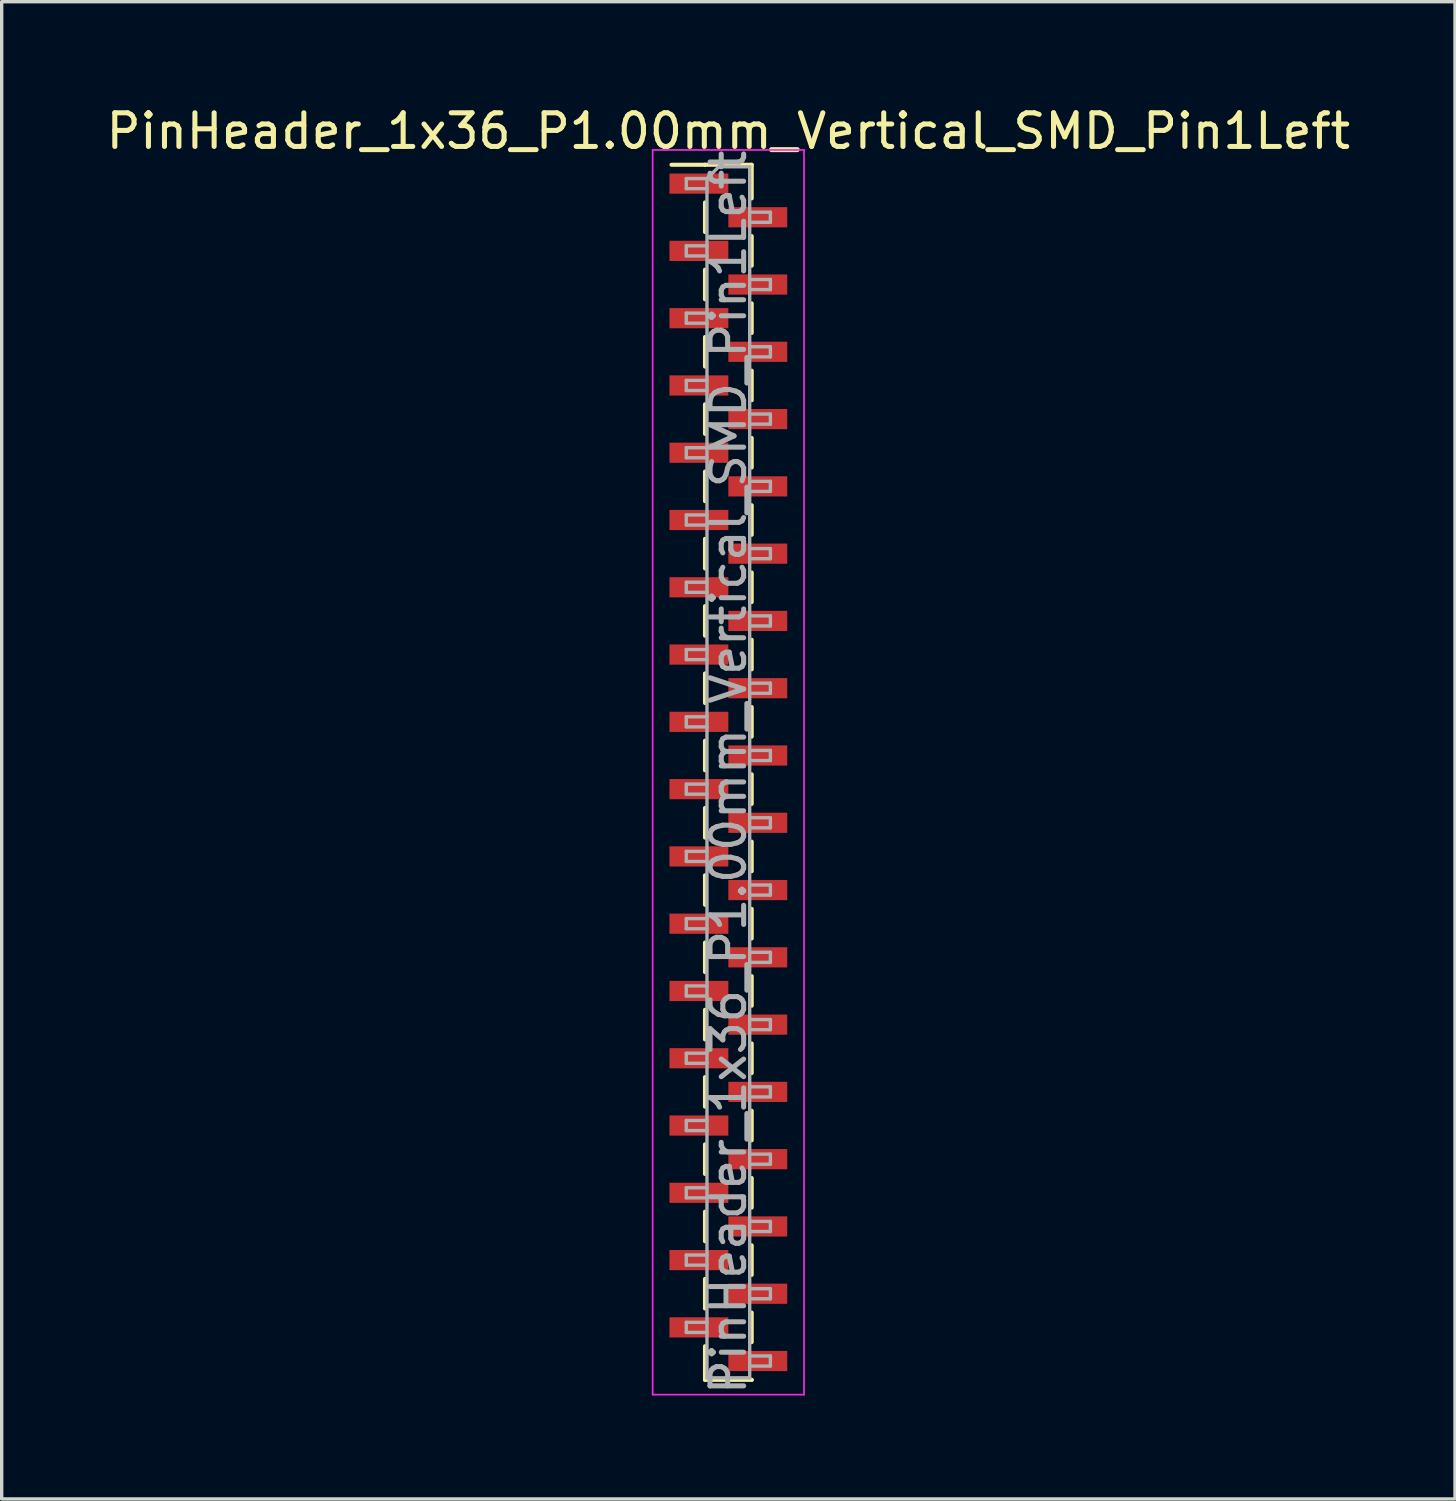
<source format=kicad_pcb>
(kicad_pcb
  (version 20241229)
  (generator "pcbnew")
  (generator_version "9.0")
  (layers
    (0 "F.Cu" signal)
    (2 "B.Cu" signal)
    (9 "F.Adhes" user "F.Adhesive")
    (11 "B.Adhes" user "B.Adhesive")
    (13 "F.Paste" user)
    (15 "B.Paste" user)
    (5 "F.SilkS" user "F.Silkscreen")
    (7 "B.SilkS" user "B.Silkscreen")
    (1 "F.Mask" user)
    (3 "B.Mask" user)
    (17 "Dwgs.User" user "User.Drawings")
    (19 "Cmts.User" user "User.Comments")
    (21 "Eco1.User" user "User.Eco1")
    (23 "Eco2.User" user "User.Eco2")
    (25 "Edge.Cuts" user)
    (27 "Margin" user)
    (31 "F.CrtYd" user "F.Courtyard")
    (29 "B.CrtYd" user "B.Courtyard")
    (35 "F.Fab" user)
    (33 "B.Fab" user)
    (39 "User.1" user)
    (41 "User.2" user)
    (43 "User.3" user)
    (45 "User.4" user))
  (footprint "PinHeader_1x36_P1.00mm_Vertical_SMD_Pin1Left"
    (layer "F.Cu")
    (at 18.601 19.908)
    (property "Reference" "PinHeader_1x36_P1.00mm_Vertical_SMD_Pin1Left" (at 0 -19.06 0) (layer "F.SilkS") (effects (font (size 1 1) (thickness 0.15))))
    (attr smd)
    (fp_line (start -0.695 -18.06) (end -1.69 -18.06) (stroke (width 0.12) (type solid)) (layer "F.SilkS"))
    (fp_line (start -0.695 -18.06) (end -0.695 -18.06) (stroke (width 0.12) (type solid)) (layer "F.SilkS"))
    (fp_line (start -0.695 -18.06) (end 0.695 -18.06) (stroke (width 0.12) (type solid)) (layer "F.SilkS"))
    (fp_line (start -0.695 -16.94) (end -0.695 -16.06) (stroke (width 0.12) (type solid)) (layer "F.SilkS"))
    (fp_line (start -0.695 -14.94) (end -0.695 -14.06) (stroke (width 0.12) (type solid)) (layer "F.SilkS"))
    (fp_line (start -0.695 -12.94) (end -0.695 -12.06) (stroke (width 0.12) (type solid)) (layer "F.SilkS"))
    (fp_line (start -0.695 -10.94) (end -0.695 -10.06) (stroke (width 0.12) (type solid)) (layer "F.SilkS"))
    (fp_line (start -0.695 -8.94) (end -0.695 -8.06) (stroke (width 0.12) (type solid)) (layer "F.SilkS"))
    (fp_line (start -0.695 -6.94) (end -0.695 -6.06) (stroke (width 0.12) (type solid)) (layer "F.SilkS"))
    (fp_line (start -0.695 -4.94) (end -0.695 -4.06) (stroke (width 0.12) (type solid)) (layer "F.SilkS"))
    (fp_line (start -0.695 -2.94) (end -0.695 -2.06) (stroke (width 0.12) (type solid)) (layer "F.SilkS"))
    (fp_line (start -0.695 -0.94) (end -0.695 -0.06) (stroke (width 0.12) (type solid)) (layer "F.SilkS"))
    (fp_line (start -0.695 1.06) (end -0.695 1.94) (stroke (width 0.12) (type solid)) (layer "F.SilkS"))
    (fp_line (start -0.695 3.06) (end -0.695 3.94) (stroke (width 0.12) (type solid)) (layer "F.SilkS"))
    (fp_line (start -0.695 5.06) (end -0.695 5.94) (stroke (width 0.12) (type solid)) (layer "F.SilkS"))
    (fp_line (start -0.695 7.06) (end -0.695 7.94) (stroke (width 0.12) (type solid)) (layer "F.SilkS"))
    (fp_line (start -0.695 9.06) (end -0.695 9.94) (stroke (width 0.12) (type solid)) (layer "F.SilkS"))
    (fp_line (start -0.695 11.06) (end -0.695 11.94) (stroke (width 0.12) (type solid)) (layer "F.SilkS"))
    (fp_line (start -0.695 13.06) (end -0.695 13.94) (stroke (width 0.12) (type solid)) (layer "F.SilkS"))
    (fp_line (start -0.695 15.06) (end -0.695 15.94) (stroke (width 0.12) (type solid)) (layer "F.SilkS"))
    (fp_line (start -0.695 17.06) (end -0.695 18.06) (stroke (width 0.12) (type solid)) (layer "F.SilkS"))
    (fp_line (start -0.695 18.06) (end 0.695 18.06) (stroke (width 0.12) (type solid)) (layer "F.SilkS"))
    (fp_line (start 0.695 -18.06) (end 0.695 -17.06) (stroke (width 0.12) (type solid)) (layer "F.SilkS"))
    (fp_line (start 0.695 -15.94) (end 0.695 -15.06) (stroke (width 0.12) (type solid)) (layer "F.SilkS"))
    (fp_line (start 0.695 -13.94) (end 0.695 -13.06) (stroke (width 0.12) (type solid)) (layer "F.SilkS"))
    (fp_line (start 0.695 -11.94) (end 0.695 -11.06) (stroke (width 0.12) (type solid)) (layer "F.SilkS"))
    (fp_line (start 0.695 -9.94) (end 0.695 -9.06) (stroke (width 0.12) (type solid)) (layer "F.SilkS"))
    (fp_line (start 0.695 -7.94) (end 0.695 -7.06) (stroke (width 0.12) (type solid)) (layer "F.SilkS"))
    (fp_line (start 0.695 -5.94) (end 0.695 -5.06) (stroke (width 0.12) (type solid)) (layer "F.SilkS"))
    (fp_line (start 0.695 -3.94) (end 0.695 -3.06) (stroke (width 0.12) (type solid)) (layer "F.SilkS"))
    (fp_line (start 0.695 -1.94) (end 0.695 -1.06) (stroke (width 0.12) (type solid)) (layer "F.SilkS"))
    (fp_line (start 0.695 0.06) (end 0.695 0.94) (stroke (width 0.12) (type solid)) (layer "F.SilkS"))
    (fp_line (start 0.695 2.06) (end 0.695 2.94) (stroke (width 0.12) (type solid)) (layer "F.SilkS"))
    (fp_line (start 0.695 4.06) (end 0.695 4.94) (stroke (width 0.12) (type solid)) (layer "F.SilkS"))
    (fp_line (start 0.695 6.06) (end 0.695 6.94) (stroke (width 0.12) (type solid)) (layer "F.SilkS"))
    (fp_line (start 0.695 8.06) (end 0.695 8.94) (stroke (width 0.12) (type solid)) (layer "F.SilkS"))
    (fp_line (start 0.695 10.06) (end 0.695 10.94) (stroke (width 0.12) (type solid)) (layer "F.SilkS"))
    (fp_line (start 0.695 12.06) (end 0.695 12.94) (stroke (width 0.12) (type solid)) (layer "F.SilkS"))
    (fp_line (start 0.695 14.06) (end 0.695 14.94) (stroke (width 0.12) (type solid)) (layer "F.SilkS"))
    (fp_line (start 0.695 16.06) (end 0.695 16.94) (stroke (width 0.12) (type solid)) (layer "F.SilkS"))
    (fp_line (start 0.695 18.06) (end 0.695 18.06) (stroke (width 0.12) (type solid)) (layer "F.SilkS"))
    (fp_line (start -2.25 -18.5) (end -2.25 18.5) (stroke (width 0.05) (type solid)) (layer "F.CrtYd"))
    (fp_line (start -2.25 18.5) (end 2.25 18.5) (stroke (width 0.05) (type solid)) (layer "F.CrtYd"))
    (fp_line (start 2.25 -18.5) (end -2.25 -18.5) (stroke (width 0.05) (type solid)) (layer "F.CrtYd"))
    (fp_line (start 2.25 18.5) (end 2.25 -18.5) (stroke (width 0.05) (type solid)) (layer "F.CrtYd"))
    (fp_line (start -1.25 -17.65) (end -1.25 -17.35) (stroke (width 0.1) (type solid)) (layer "F.Fab"))
    (fp_line (start -1.25 -17.35) (end -0.635 -17.35) (stroke (width 0.1) (type solid)) (layer "F.Fab"))
    (fp_line (start -1.25 -15.65) (end -1.25 -15.35) (stroke (width 0.1) (type solid)) (layer "F.Fab"))
    (fp_line (start -1.25 -15.35) (end -0.635 -15.35) (stroke (width 0.1) (type solid)) (layer "F.Fab"))
    (fp_line (start -1.25 -13.65) (end -1.25 -13.35) (stroke (width 0.1) (type solid)) (layer "F.Fab"))
    (fp_line (start -1.25 -13.35) (end -0.635 -13.35) (stroke (width 0.1) (type solid)) (layer "F.Fab"))
    (fp_line (start -1.25 -11.65) (end -1.25 -11.35) (stroke (width 0.1) (type solid)) (layer "F.Fab"))
    (fp_line (start -1.25 -11.35) (end -0.635 -11.35) (stroke (width 0.1) (type solid)) (layer "F.Fab"))
    (fp_line (start -1.25 -9.65) (end -1.25 -9.35) (stroke (width 0.1) (type solid)) (layer "F.Fab"))
    (fp_line (start -1.25 -9.35) (end -0.635 -9.35) (stroke (width 0.1) (type solid)) (layer "F.Fab"))
    (fp_line (start -1.25 -7.65) (end -1.25 -7.35) (stroke (width 0.1) (type solid)) (layer "F.Fab"))
    (fp_line (start -1.25 -7.35) (end -0.635 -7.35) (stroke (width 0.1) (type solid)) (layer "F.Fab"))
    (fp_line (start -1.25 -5.65) (end -1.25 -5.35) (stroke (width 0.1) (type solid)) (layer "F.Fab"))
    (fp_line (start -1.25 -5.35) (end -0.635 -5.35) (stroke (width 0.1) (type solid)) (layer "F.Fab"))
    (fp_line (start -1.25 -3.65) (end -1.25 -3.35) (stroke (width 0.1) (type solid)) (layer "F.Fab"))
    (fp_line (start -1.25 -3.35) (end -0.635 -3.35) (stroke (width 0.1) (type solid)) (layer "F.Fab"))
    (fp_line (start -1.25 -1.65) (end -1.25 -1.35) (stroke (width 0.1) (type solid)) (layer "F.Fab"))
    (fp_line (start -1.25 -1.35) (end -0.635 -1.35) (stroke (width 0.1) (type solid)) (layer "F.Fab"))
    (fp_line (start -1.25 0.35) (end -1.25 0.65) (stroke (width 0.1) (type solid)) (layer "F.Fab"))
    (fp_line (start -1.25 0.65) (end -0.635 0.65) (stroke (width 0.1) (type solid)) (layer "F.Fab"))
    (fp_line (start -1.25 2.35) (end -1.25 2.65) (stroke (width 0.1) (type solid)) (layer "F.Fab"))
    (fp_line (start -1.25 2.65) (end -0.635 2.65) (stroke (width 0.1) (type solid)) (layer "F.Fab"))
    (fp_line (start -1.25 4.35) (end -1.25 4.65) (stroke (width 0.1) (type solid)) (layer "F.Fab"))
    (fp_line (start -1.25 4.65) (end -0.635 4.65) (stroke (width 0.1) (type solid)) (layer "F.Fab"))
    (fp_line (start -1.25 6.35) (end -1.25 6.65) (stroke (width 0.1) (type solid)) (layer "F.Fab"))
    (fp_line (start -1.25 6.65) (end -0.635 6.65) (stroke (width 0.1) (type solid)) (layer "F.Fab"))
    (fp_line (start -1.25 8.35) (end -1.25 8.65) (stroke (width 0.1) (type solid)) (layer "F.Fab"))
    (fp_line (start -1.25 8.65) (end -0.635 8.65) (stroke (width 0.1) (type solid)) (layer "F.Fab"))
    (fp_line (start -1.25 10.35) (end -1.25 10.65) (stroke (width 0.1) (type solid)) (layer "F.Fab"))
    (fp_line (start -1.25 10.65) (end -0.635 10.65) (stroke (width 0.1) (type solid)) (layer "F.Fab"))
    (fp_line (start -1.25 12.35) (end -1.25 12.65) (stroke (width 0.1) (type solid)) (layer "F.Fab"))
    (fp_line (start -1.25 12.65) (end -0.635 12.65) (stroke (width 0.1) (type solid)) (layer "F.Fab"))
    (fp_line (start -1.25 14.35) (end -1.25 14.65) (stroke (width 0.1) (type solid)) (layer "F.Fab"))
    (fp_line (start -1.25 14.65) (end -0.635 14.65) (stroke (width 0.1) (type solid)) (layer "F.Fab"))
    (fp_line (start -1.25 16.35) (end -1.25 16.65) (stroke (width 0.1) (type solid)) (layer "F.Fab"))
    (fp_line (start -1.25 16.65) (end -0.635 16.65) (stroke (width 0.1) (type solid)) (layer "F.Fab"))
    (fp_line (start -0.635 -17.65) (end -1.25 -17.65) (stroke (width 0.1) (type solid)) (layer "F.Fab"))
    (fp_line (start -0.635 -17.65) (end -0.285 -18) (stroke (width 0.1) (type solid)) (layer "F.Fab"))
    (fp_line (start -0.635 -15.65) (end -1.25 -15.65) (stroke (width 0.1) (type solid)) (layer "F.Fab"))
    (fp_line (start -0.635 -13.65) (end -1.25 -13.65) (stroke (width 0.1) (type solid)) (layer "F.Fab"))
    (fp_line (start -0.635 -11.65) (end -1.25 -11.65) (stroke (width 0.1) (type solid)) (layer "F.Fab"))
    (fp_line (start -0.635 -9.65) (end -1.25 -9.65) (stroke (width 0.1) (type solid)) (layer "F.Fab"))
    (fp_line (start -0.635 -7.65) (end -1.25 -7.65) (stroke (width 0.1) (type solid)) (layer "F.Fab"))
    (fp_line (start -0.635 -5.65) (end -1.25 -5.65) (stroke (width 0.1) (type solid)) (layer "F.Fab"))
    (fp_line (start -0.635 -3.65) (end -1.25 -3.65) (stroke (width 0.1) (type solid)) (layer "F.Fab"))
    (fp_line (start -0.635 -1.65) (end -1.25 -1.65) (stroke (width 0.1) (type solid)) (layer "F.Fab"))
    (fp_line (start -0.635 0.35) (end -1.25 0.35) (stroke (width 0.1) (type solid)) (layer "F.Fab"))
    (fp_line (start -0.635 2.35) (end -1.25 2.35) (stroke (width 0.1) (type solid)) (layer "F.Fab"))
    (fp_line (start -0.635 4.35) (end -1.25 4.35) (stroke (width 0.1) (type solid)) (layer "F.Fab"))
    (fp_line (start -0.635 6.35) (end -1.25 6.35) (stroke (width 0.1) (type solid)) (layer "F.Fab"))
    (fp_line (start -0.635 8.35) (end -1.25 8.35) (stroke (width 0.1) (type solid)) (layer "F.Fab"))
    (fp_line (start -0.635 10.35) (end -1.25 10.35) (stroke (width 0.1) (type solid)) (layer "F.Fab"))
    (fp_line (start -0.635 12.35) (end -1.25 12.35) (stroke (width 0.1) (type solid)) (layer "F.Fab"))
    (fp_line (start -0.635 14.35) (end -1.25 14.35) (stroke (width 0.1) (type solid)) (layer "F.Fab"))
    (fp_line (start -0.635 16.35) (end -1.25 16.35) (stroke (width 0.1) (type solid)) (layer "F.Fab"))
    (fp_line (start -0.635 18) (end -0.635 -17.65) (stroke (width 0.1) (type solid)) (layer "F.Fab"))
    (fp_line (start -0.285 -18) (end 0.635 -18) (stroke (width 0.1) (type solid)) (layer "F.Fab"))
    (fp_line (start 0.635 -18) (end 0.635 18) (stroke (width 0.1) (type solid)) (layer "F.Fab"))
    (fp_line (start 0.635 -16.65) (end 1.25 -16.65) (stroke (width 0.1) (type solid)) (layer "F.Fab"))
    (fp_line (start 0.635 -14.65) (end 1.25 -14.65) (stroke (width 0.1) (type solid)) (layer "F.Fab"))
    (fp_line (start 0.635 -12.65) (end 1.25 -12.65) (stroke (width 0.1) (type solid)) (layer "F.Fab"))
    (fp_line (start 0.635 -10.65) (end 1.25 -10.65) (stroke (width 0.1) (type solid)) (layer "F.Fab"))
    (fp_line (start 0.635 -8.65) (end 1.25 -8.65) (stroke (width 0.1) (type solid)) (layer "F.Fab"))
    (fp_line (start 0.635 -6.65) (end 1.25 -6.65) (stroke (width 0.1) (type solid)) (layer "F.Fab"))
    (fp_line (start 0.635 -4.65) (end 1.25 -4.65) (stroke (width 0.1) (type solid)) (layer "F.Fab"))
    (fp_line (start 0.635 -2.65) (end 1.25 -2.65) (stroke (width 0.1) (type solid)) (layer "F.Fab"))
    (fp_line (start 0.635 -0.65) (end 1.25 -0.65) (stroke (width 0.1) (type solid)) (layer "F.Fab"))
    (fp_line (start 0.635 1.35) (end 1.25 1.35) (stroke (width 0.1) (type solid)) (layer "F.Fab"))
    (fp_line (start 0.635 3.35) (end 1.25 3.35) (stroke (width 0.1) (type solid)) (layer "F.Fab"))
    (fp_line (start 0.635 5.35) (end 1.25 5.35) (stroke (width 0.1) (type solid)) (layer "F.Fab"))
    (fp_line (start 0.635 7.35) (end 1.25 7.35) (stroke (width 0.1) (type solid)) (layer "F.Fab"))
    (fp_line (start 0.635 9.35) (end 1.25 9.35) (stroke (width 0.1) (type solid)) (layer "F.Fab"))
    (fp_line (start 0.635 11.35) (end 1.25 11.35) (stroke (width 0.1) (type solid)) (layer "F.Fab"))
    (fp_line (start 0.635 13.35) (end 1.25 13.35) (stroke (width 0.1) (type solid)) (layer "F.Fab"))
    (fp_line (start 0.635 15.35) (end 1.25 15.35) (stroke (width 0.1) (type solid)) (layer "F.Fab"))
    (fp_line (start 0.635 17.35) (end 1.25 17.35) (stroke (width 0.1) (type solid)) (layer "F.Fab"))
    (fp_line (start 0.635 18) (end -0.635 18) (stroke (width 0.1) (type solid)) (layer "F.Fab"))
    (fp_line (start 1.25 -16.65) (end 1.25 -16.35) (stroke (width 0.1) (type solid)) (layer "F.Fab"))
    (fp_line (start 1.25 -16.35) (end 0.635 -16.35) (stroke (width 0.1) (type solid)) (layer "F.Fab"))
    (fp_line (start 1.25 -14.65) (end 1.25 -14.35) (stroke (width 0.1) (type solid)) (layer "F.Fab"))
    (fp_line (start 1.25 -14.35) (end 0.635 -14.35) (stroke (width 0.1) (type solid)) (layer "F.Fab"))
    (fp_line (start 1.25 -12.65) (end 1.25 -12.35) (stroke (width 0.1) (type solid)) (layer "F.Fab"))
    (fp_line (start 1.25 -12.35) (end 0.635 -12.35) (stroke (width 0.1) (type solid)) (layer "F.Fab"))
    (fp_line (start 1.25 -10.65) (end 1.25 -10.35) (stroke (width 0.1) (type solid)) (layer "F.Fab"))
    (fp_line (start 1.25 -10.35) (end 0.635 -10.35) (stroke (width 0.1) (type solid)) (layer "F.Fab"))
    (fp_line (start 1.25 -8.65) (end 1.25 -8.35) (stroke (width 0.1) (type solid)) (layer "F.Fab"))
    (fp_line (start 1.25 -8.35) (end 0.635 -8.35) (stroke (width 0.1) (type solid)) (layer "F.Fab"))
    (fp_line (start 1.25 -6.65) (end 1.25 -6.35) (stroke (width 0.1) (type solid)) (layer "F.Fab"))
    (fp_line (start 1.25 -6.35) (end 0.635 -6.35) (stroke (width 0.1) (type solid)) (layer "F.Fab"))
    (fp_line (start 1.25 -4.65) (end 1.25 -4.35) (stroke (width 0.1) (type solid)) (layer "F.Fab"))
    (fp_line (start 1.25 -4.35) (end 0.635 -4.35) (stroke (width 0.1) (type solid)) (layer "F.Fab"))
    (fp_line (start 1.25 -2.65) (end 1.25 -2.35) (stroke (width 0.1) (type solid)) (layer "F.Fab"))
    (fp_line (start 1.25 -2.35) (end 0.635 -2.35) (stroke (width 0.1) (type solid)) (layer "F.Fab"))
    (fp_line (start 1.25 -0.65) (end 1.25 -0.35) (stroke (width 0.1) (type solid)) (layer "F.Fab"))
    (fp_line (start 1.25 -0.35) (end 0.635 -0.35) (stroke (width 0.1) (type solid)) (layer "F.Fab"))
    (fp_line (start 1.25 1.35) (end 1.25 1.65) (stroke (width 0.1) (type solid)) (layer "F.Fab"))
    (fp_line (start 1.25 1.65) (end 0.635 1.65) (stroke (width 0.1) (type solid)) (layer "F.Fab"))
    (fp_line (start 1.25 3.35) (end 1.25 3.65) (stroke (width 0.1) (type solid)) (layer "F.Fab"))
    (fp_line (start 1.25 3.65) (end 0.635 3.65) (stroke (width 0.1) (type solid)) (layer "F.Fab"))
    (fp_line (start 1.25 5.35) (end 1.25 5.65) (stroke (width 0.1) (type solid)) (layer "F.Fab"))
    (fp_line (start 1.25 5.65) (end 0.635 5.65) (stroke (width 0.1) (type solid)) (layer "F.Fab"))
    (fp_line (start 1.25 7.35) (end 1.25 7.65) (stroke (width 0.1) (type solid)) (layer "F.Fab"))
    (fp_line (start 1.25 7.65) (end 0.635 7.65) (stroke (width 0.1) (type solid)) (layer "F.Fab"))
    (fp_line (start 1.25 9.35) (end 1.25 9.65) (stroke (width 0.1) (type solid)) (layer "F.Fab"))
    (fp_line (start 1.25 9.65) (end 0.635 9.65) (stroke (width 0.1) (type solid)) (layer "F.Fab"))
    (fp_line (start 1.25 11.35) (end 1.25 11.65) (stroke (width 0.1) (type solid)) (layer "F.Fab"))
    (fp_line (start 1.25 11.65) (end 0.635 11.65) (stroke (width 0.1) (type solid)) (layer "F.Fab"))
    (fp_line (start 1.25 13.35) (end 1.25 13.65) (stroke (width 0.1) (type solid)) (layer "F.Fab"))
    (fp_line (start 1.25 13.65) (end 0.635 13.65) (stroke (width 0.1) (type solid)) (layer "F.Fab"))
    (fp_line (start 1.25 15.35) (end 1.25 15.65) (stroke (width 0.1) (type solid)) (layer "F.Fab"))
    (fp_line (start 1.25 15.65) (end 0.635 15.65) (stroke (width 0.1) (type solid)) (layer "F.Fab"))
    (fp_line (start 1.25 17.35) (end 1.25 17.65) (stroke (width 0.1) (type solid)) (layer "F.Fab"))
    (fp_line (start 1.25 17.65) (end 0.635 17.65) (stroke (width 0.1) (type solid)) (layer "F.Fab"))
    (fp_text user "${REFERENCE}" (at 0 0 90) (layer "F.Fab") (effects (font (size 1 1) (thickness 0.15))))
    (pad "1" smd rect (at -0.875 -17.5) (size 1.75 0.6) (layers "F.Cu" "F.Mask" "F.Paste"))
    (pad "2" smd rect (at 0.875 -16.5) (size 1.75 0.6) (layers "F.Cu" "F.Mask" "F.Paste"))
    (pad "3" smd rect (at -0.875 -15.5) (size 1.75 0.6) (layers "F.Cu" "F.Mask" "F.Paste"))
    (pad "4" smd rect (at 0.875 -14.5) (size 1.75 0.6) (layers "F.Cu" "F.Mask" "F.Paste"))
    (pad "5" smd rect (at -0.875 -13.5) (size 1.75 0.6) (layers "F.Cu" "F.Mask" "F.Paste"))
    (pad "6" smd rect (at 0.875 -12.5) (size 1.75 0.6) (layers "F.Cu" "F.Mask" "F.Paste"))
    (pad "7" smd rect (at -0.875 -11.5) (size 1.75 0.6) (layers "F.Cu" "F.Mask" "F.Paste"))
    (pad "8" smd rect (at 0.875 -10.5) (size 1.75 0.6) (layers "F.Cu" "F.Mask" "F.Paste"))
    (pad "9" smd rect (at -0.875 -9.5) (size 1.75 0.6) (layers "F.Cu" "F.Mask" "F.Paste"))
    (pad "10" smd rect (at 0.875 -8.5) (size 1.75 0.6) (layers "F.Cu" "F.Mask" "F.Paste"))
    (pad "11" smd rect (at -0.875 -7.5) (size 1.75 0.6) (layers "F.Cu" "F.Mask" "F.Paste"))
    (pad "12" smd rect (at 0.875 -6.5) (size 1.75 0.6) (layers "F.Cu" "F.Mask" "F.Paste"))
    (pad "13" smd rect (at -0.875 -5.5) (size 1.75 0.6) (layers "F.Cu" "F.Mask" "F.Paste"))
    (pad "14" smd rect (at 0.875 -4.5) (size 1.75 0.6) (layers "F.Cu" "F.Mask" "F.Paste"))
    (pad "15" smd rect (at -0.875 -3.5) (size 1.75 0.6) (layers "F.Cu" "F.Mask" "F.Paste"))
    (pad "16" smd rect (at 0.875 -2.5) (size 1.75 0.6) (layers "F.Cu" "F.Mask" "F.Paste"))
    (pad "17" smd rect (at -0.875 -1.5) (size 1.75 0.6) (layers "F.Cu" "F.Mask" "F.Paste"))
    (pad "18" smd rect (at 0.875 -0.5) (size 1.75 0.6) (layers "F.Cu" "F.Mask" "F.Paste"))
    (pad "19" smd rect (at -0.875 0.5) (size 1.75 0.6) (layers "F.Cu" "F.Mask" "F.Paste"))
    (pad "20" smd rect (at 0.875 1.5) (size 1.75 0.6) (layers "F.Cu" "F.Mask" "F.Paste"))
    (pad "21" smd rect (at -0.875 2.5) (size 1.75 0.6) (layers "F.Cu" "F.Mask" "F.Paste"))
    (pad "22" smd rect (at 0.875 3.5) (size 1.75 0.6) (layers "F.Cu" "F.Mask" "F.Paste"))
    (pad "23" smd rect (at -0.875 4.5) (size 1.75 0.6) (layers "F.Cu" "F.Mask" "F.Paste"))
    (pad "24" smd rect (at 0.875 5.5) (size 1.75 0.6) (layers "F.Cu" "F.Mask" "F.Paste"))
    (pad "25" smd rect (at -0.875 6.5) (size 1.75 0.6) (layers "F.Cu" "F.Mask" "F.Paste"))
    (pad "26" smd rect (at 0.875 7.5) (size 1.75 0.6) (layers "F.Cu" "F.Mask" "F.Paste"))
    (pad "27" smd rect (at -0.875 8.5) (size 1.75 0.6) (layers "F.Cu" "F.Mask" "F.Paste"))
    (pad "28" smd rect (at 0.875 9.5) (size 1.75 0.6) (layers "F.Cu" "F.Mask" "F.Paste"))
    (pad "29" smd rect (at -0.875 10.5) (size 1.75 0.6) (layers "F.Cu" "F.Mask" "F.Paste"))
    (pad "30" smd rect (at 0.875 11.5) (size 1.75 0.6) (layers "F.Cu" "F.Mask" "F.Paste"))
    (pad "31" smd rect (at -0.875 12.5) (size 1.75 0.6) (layers "F.Cu" "F.Mask" "F.Paste"))
    (pad "32" smd rect (at 0.875 13.5) (size 1.75 0.6) (layers "F.Cu" "F.Mask" "F.Paste"))
    (pad "33" smd rect (at -0.875 14.5) (size 1.75 0.6) (layers "F.Cu" "F.Mask" "F.Paste"))
    (pad "34" smd rect (at 0.875 15.5) (size 1.75 0.6) (layers "F.Cu" "F.Mask" "F.Paste"))
    (pad "35" smd rect (at -0.875 16.5) (size 1.75 0.6) (layers "F.Cu" "F.Mask" "F.Paste"))
    (pad "36" smd rect (at 0.875 17.5) (size 1.75 0.6) (layers "F.Cu" "F.Mask" "F.Paste")))
  (gr_rect
    (start -3 -3)
    (end 40.202 41.509)
    (stroke (width 0.1) (type default))
    (fill no)
    (layer "Edge.Cuts")))
</source>
